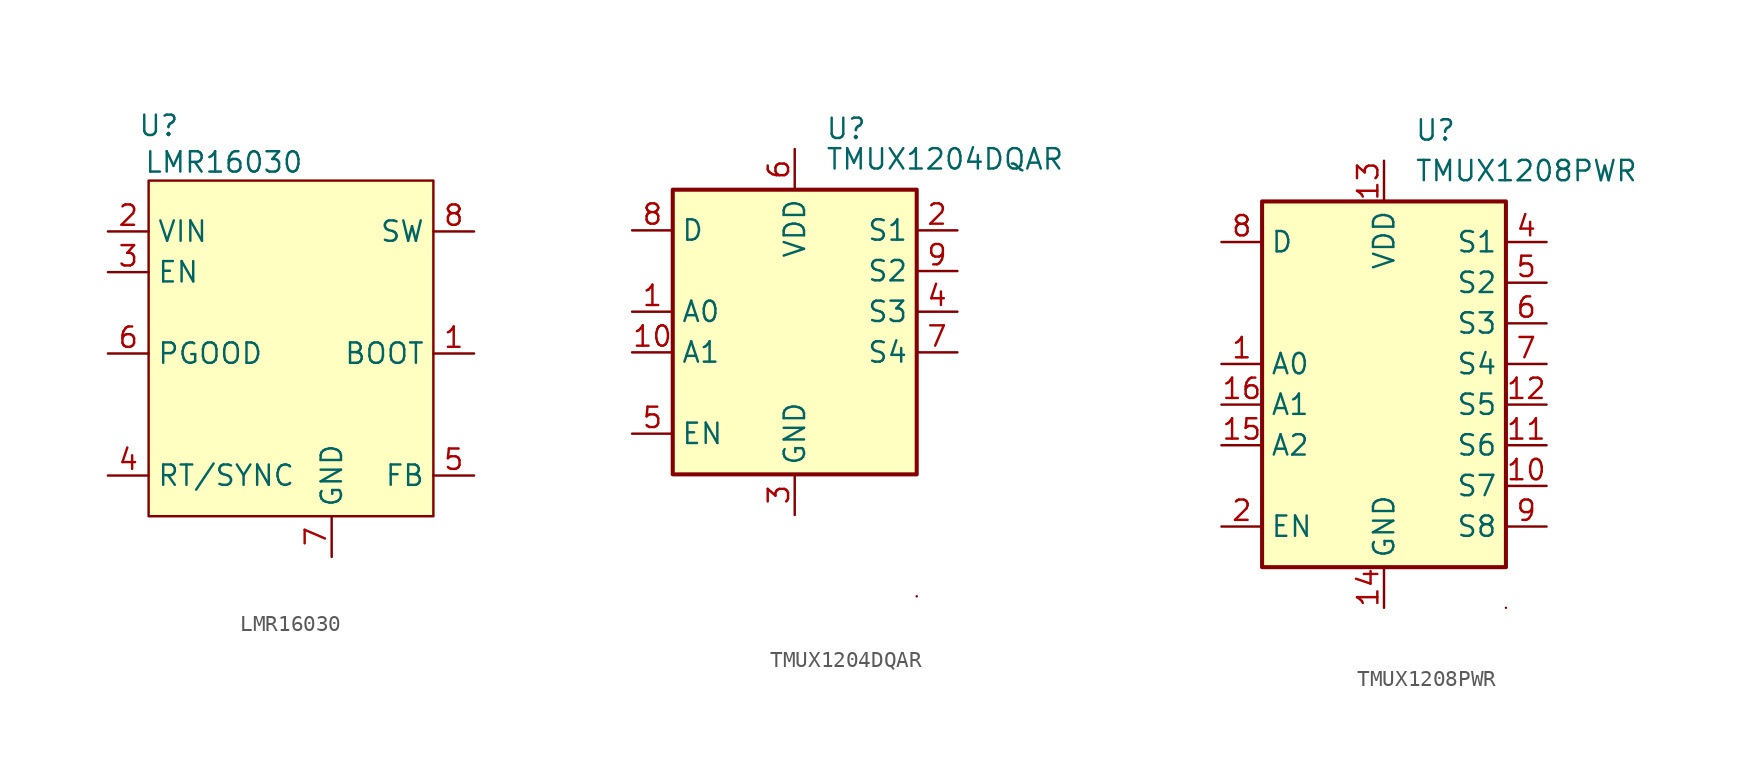
<source format=kicad_sym>
(kicad_symbol_lib
  (version 20241209)
  (generator "kicad_symbol_editor")
  (generator_version "9.0")
  (symbol "LMR16030"
    (property "Reference" "U"
      (at -9.525 14.224 0)
      (effects (font (size 1.27 1.27))))
    (property "Value" "LMR16030"
      (at -5.461 11.938 0)
      (effects (font (size 1.27 1.27))))
    (symbol "LMR16030_1_0"
      (pin passive line (at -12.7 5.08 0) (length 2.54) (name "EN" (effects (font (size 1.27 1.27)))) (number "3" (effects (font (size 1.27 1.27)))))
      (pin open_collector line (at -12.7 0 0) (length 2.54) (name "PGOOD" (effects (font (size 1.27 1.27)))) (number "6" (effects (font (size 1.27 1.27)))))
      (pin passive line (at -12.7 -7.62 0) (length 2.54) (name "RT/SYNC" (effects (font (size 1.27 1.27)))) (number "4" (effects (font (size 1.27 1.27)))))
      (pin passive line (at 1.27 -12.7 90) (length 2.54) (name "GND" (effects (font (size 1.27 1.27)))) (number "7" (effects (font (size 1.27 1.27)))))
      (pin passive line (at 1.27 -12.7 90) (length 2.54) (hide yes) (name "Thermal_Pad" (effects (font (size 1.27 1.27)))) (number "9" (effects (font (size 1.27 1.27)))))
      (pin power_out line (at 10.16 7.62 180) (length 2.54) (name "SW" (effects (font (size 1.27 1.27)))) (number "8" (effects (font (size 1.27 1.27)))))
      (pin passive line (at 10.16 0 180) (length 2.54) (name "BOOT" (effects (font (size 1.27 1.27)))) (number "1" (effects (font (size 1.27 1.27)))))
      (pin passive line (at 10.16 -7.62 180) (length 2.54) (name "FB" (effects (font (size 1.27 1.27)))) (number "5" (effects (font (size 1.27 1.27))))))
    (symbol "LMR16030_1_1"
      (rectangle (start -10.16 10.795) (end 7.62 -10.16) (stroke (width 0) (type default)) (fill (type background)))
      (pin power_in line (at -12.7 7.62 0) (length 2.54) (name "VIN" (effects (font (size 1.27 1.27)))) (number "2" (effects (font (size 1.27 1.27)))))))
  (symbol "TMUX1204DQAR"
    (property "Reference" "U"
      (at -4.445 10.795 0)
      (effects (font (size 1.27 1.27)) (justify left)))
    (property "Value" "TMUX1204DQAR"
      (at -4.445 8.89 0)
      (effects (font (size 1.27 1.27)) (justify left)))
    (symbol "TMUX1204DQAR_0_1"
      (rectangle (start -13.97 6.985) (end 1.27 -10.795) (stroke (width 0.254) (type default)) (fill (type background)))
      (rectangle (start 1.27 -18.415) (end 1.27 -18.415) (stroke (width 0) (type default)) (fill (type none))))
    (symbol "TMUX1204DQAR_1_0"
      (pin power_in line (at -6.35 -13.335 90) (length 2.54) (name "GND" (effects (font (size 1.27 1.27)))) (number "3" (effects (font (size 1.27 1.27))))))
    (symbol "TMUX1204DQAR_1_1"
      (pin bidirectional line (at -16.51 4.445 0) (length 2.54) (name "D" (effects (font (size 1.27 1.27)))) (number "8" (effects (font (size 1.27 1.27)))))
      (pin input line (at -16.51 -0.635 0) (length 2.54) (name "A0" (effects (font (size 1.27 1.27)))) (number "1" (effects (font (size 1.27 1.27)))))
      (pin input line (at -16.51 -3.175 0) (length 2.54) (name "A1" (effects (font (size 1.27 1.27)))) (number "10" (effects (font (size 1.27 1.27)))))
      (pin input line (at -16.51 -8.255 0) (length 2.54) (name "EN" (effects (font (size 1.27 1.27)))) (number "5" (effects (font (size 1.27 1.27)))))
      (pin power_in line (at -6.35 9.525 270) (length 2.54) (name "VDD" (effects (font (size 1.27 1.27)))) (number "6" (effects (font (size 1.27 1.27)))))
      (pin bidirectional line (at 3.81 4.445 180) (length 2.54) (name "S1" (effects (font (size 1.27 1.27)))) (number "2" (effects (font (size 1.27 1.27)))))
      (pin bidirectional line (at 3.81 1.905 180) (length 2.54) (name "S2" (effects (font (size 1.27 1.27)))) (number "9" (effects (font (size 1.27 1.27)))))
      (pin bidirectional line (at 3.81 -0.635 180) (length 2.54) (name "S3" (effects (font (size 1.27 1.27)))) (number "4" (effects (font (size 1.27 1.27)))))
      (pin bidirectional line (at 3.81 -3.175 180) (length 2.54) (name "S4" (effects (font (size 1.27 1.27)))) (number "7" (effects (font (size 1.27 1.27)))))))
  (symbol "TMUX1208PWR"
    (property "Reference" "U"
      (at 1.905 15.875 0)
      (effects (font (size 1.27 1.27)) (justify left)))
    (property "Value" "TMUX1208PWR"
      (at 1.905 13.335 0)
      (effects (font (size 1.27 1.27)) (justify left)))
    (symbol "TMUX1208PWR_0_1"
      (rectangle (start -7.62 11.43) (end 7.62 -11.43) (stroke (width 0.254) (type default)) (fill (type background)))
      (rectangle (start 7.62 -13.97) (end 7.62 -13.97) (stroke (width 0) (type default)) (fill (type none))))
    (symbol "TMUX1208PWR_1_0"
      (pin no_connect line (at 3.175 -11.43 90) (length 2.54) (hide yes) (name "N.C." (effects (font (size 1.27 1.27)))) (number "3" (effects (font (size 1.27 1.27))))))
    (symbol "TMUX1208PWR_1_1"
      (pin bidirectional line (at -10.16 8.89 0) (length 2.54) (name "D" (effects (font (size 1.27 1.27)))) (number "8" (effects (font (size 1.27 1.27)))))
      (pin input line (at -10.16 1.27 0) (length 2.54) (name "A0" (effects (font (size 1.27 1.27)))) (number "1" (effects (font (size 1.27 1.27)))))
      (pin input line (at -10.16 -1.27 0) (length 2.54) (name "A1" (effects (font (size 1.27 1.27)))) (number "16" (effects (font (size 1.27 1.27)))))
      (pin input line (at -10.16 -3.81 0) (length 2.54) (name "A2" (effects (font (size 1.27 1.27)))) (number "15" (effects (font (size 1.27 1.27)))))
      (pin input line (at -10.16 -8.89 0) (length 2.54) (name "EN" (effects (font (size 1.27 1.27)))) (number "2" (effects (font (size 1.27 1.27)))))
      (pin power_in line (at 0 13.97 270) (length 2.54) (name "VDD" (effects (font (size 1.27 1.27)))) (number "13" (effects (font (size 1.27 1.27)))))
      (pin power_in line (at 0 -13.97 90) (length 2.54) (name "GND" (effects (font (size 1.27 1.27)))) (number "14" (effects (font (size 1.27 1.27)))))
      (pin bidirectional line (at 10.16 8.89 180) (length 2.54) (name "S1" (effects (font (size 1.27 1.27)))) (number "4" (effects (font (size 1.27 1.27)))))
      (pin bidirectional line (at 10.16 6.35 180) (length 2.54) (name "S2" (effects (font (size 1.27 1.27)))) (number "5" (effects (font (size 1.27 1.27)))))
      (pin bidirectional line (at 10.16 3.81 180) (length 2.54) (name "S3" (effects (font (size 1.27 1.27)))) (number "6" (effects (font (size 1.27 1.27)))))
      (pin bidirectional line (at 10.16 1.27 180) (length 2.54) (name "S4" (effects (font (size 1.27 1.27)))) (number "7" (effects (font (size 1.27 1.27)))))
      (pin bidirectional line (at 10.16 -1.27 180) (length 2.54) (name "S5" (effects (font (size 1.27 1.27)))) (number "12" (effects (font (size 1.27 1.27)))))
      (pin bidirectional line (at 10.16 -3.81 180) (length 2.54) (name "S6" (effects (font (size 1.27 1.27)))) (number "11" (effects (font (size 1.27 1.27)))))
      (pin bidirectional line (at 10.16 -6.35 180) (length 2.54) (name "S7" (effects (font (size 1.27 1.27)))) (number "10" (effects (font (size 1.27 1.27)))))
      (pin bidirectional line (at 10.16 -8.89 180) (length 2.54) (name "S8" (effects (font (size 1.27 1.27)))) (number "9" (effects (font (size 1.27 1.27))))))))
</source>
